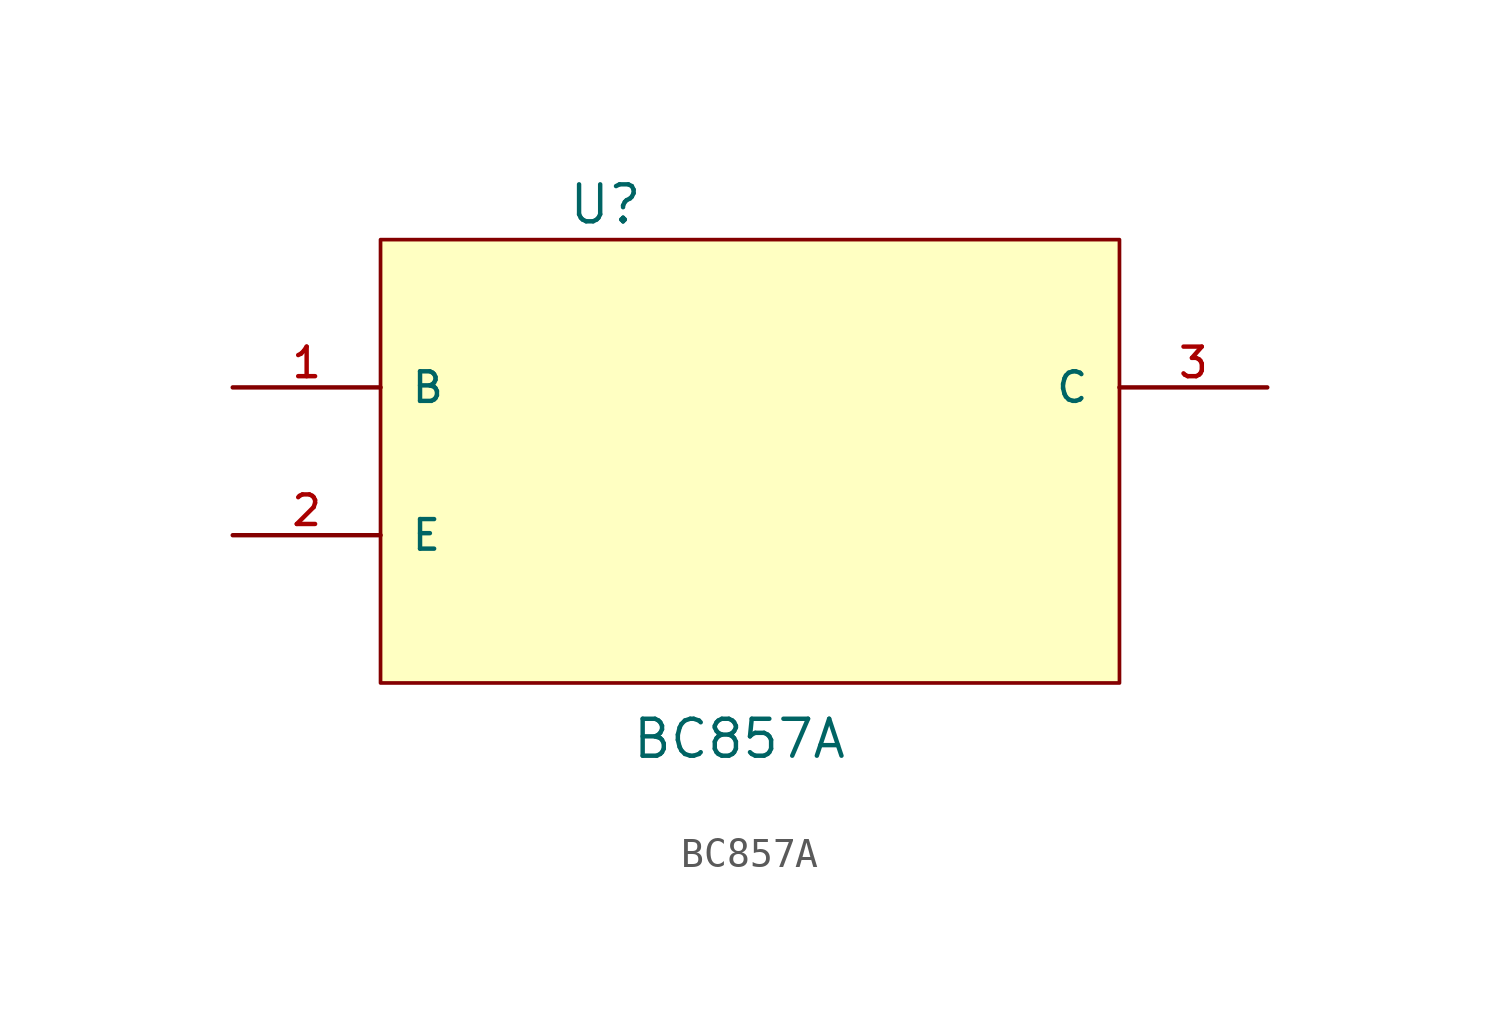
<source format=kicad_sym>
(kicad_symbol_lib
  (version 20211014)
  (generator kicad_symbol_editor)
  (symbol "BC857A"
    (pin_names
      (offset 1.016))
    (property "Reference" "U"
      (at 11.502 5.547 0.0)
      (effects (font (size 1.27 1.27)) (justify bottom left)))
    (property "Value" "BC857A"
      (at 13.688 -12.823 0.0)
      (effects (font (size 1.27 1.27)) (justify bottom left)))
    (symbol "BC857A_0_0"
      (rectangle (start 5.08 -10.16) (end 30.48 5.08) (stroke (width 0.127)) (fill (type background)))
      (pin passive line (at 0.0 0.0 0) (length 5.08) (name "B" (effects (font (size 1.016 1.016)))) (number "1" (effects (font (size 1.016 1.016)))))
      (pin passive line (at 0.0 -5.08 0) (length 5.08) (name "E" (effects (font (size 1.016 1.016)))) (number "2" (effects (font (size 1.016 1.016)))))
      (pin passive line (at 35.56 0.0 180.0) (length 5.08) (name "C" (effects (font (size 1.016 1.016)))) (number "3" (effects (font (size 1.016 1.016))))))))
</source>
